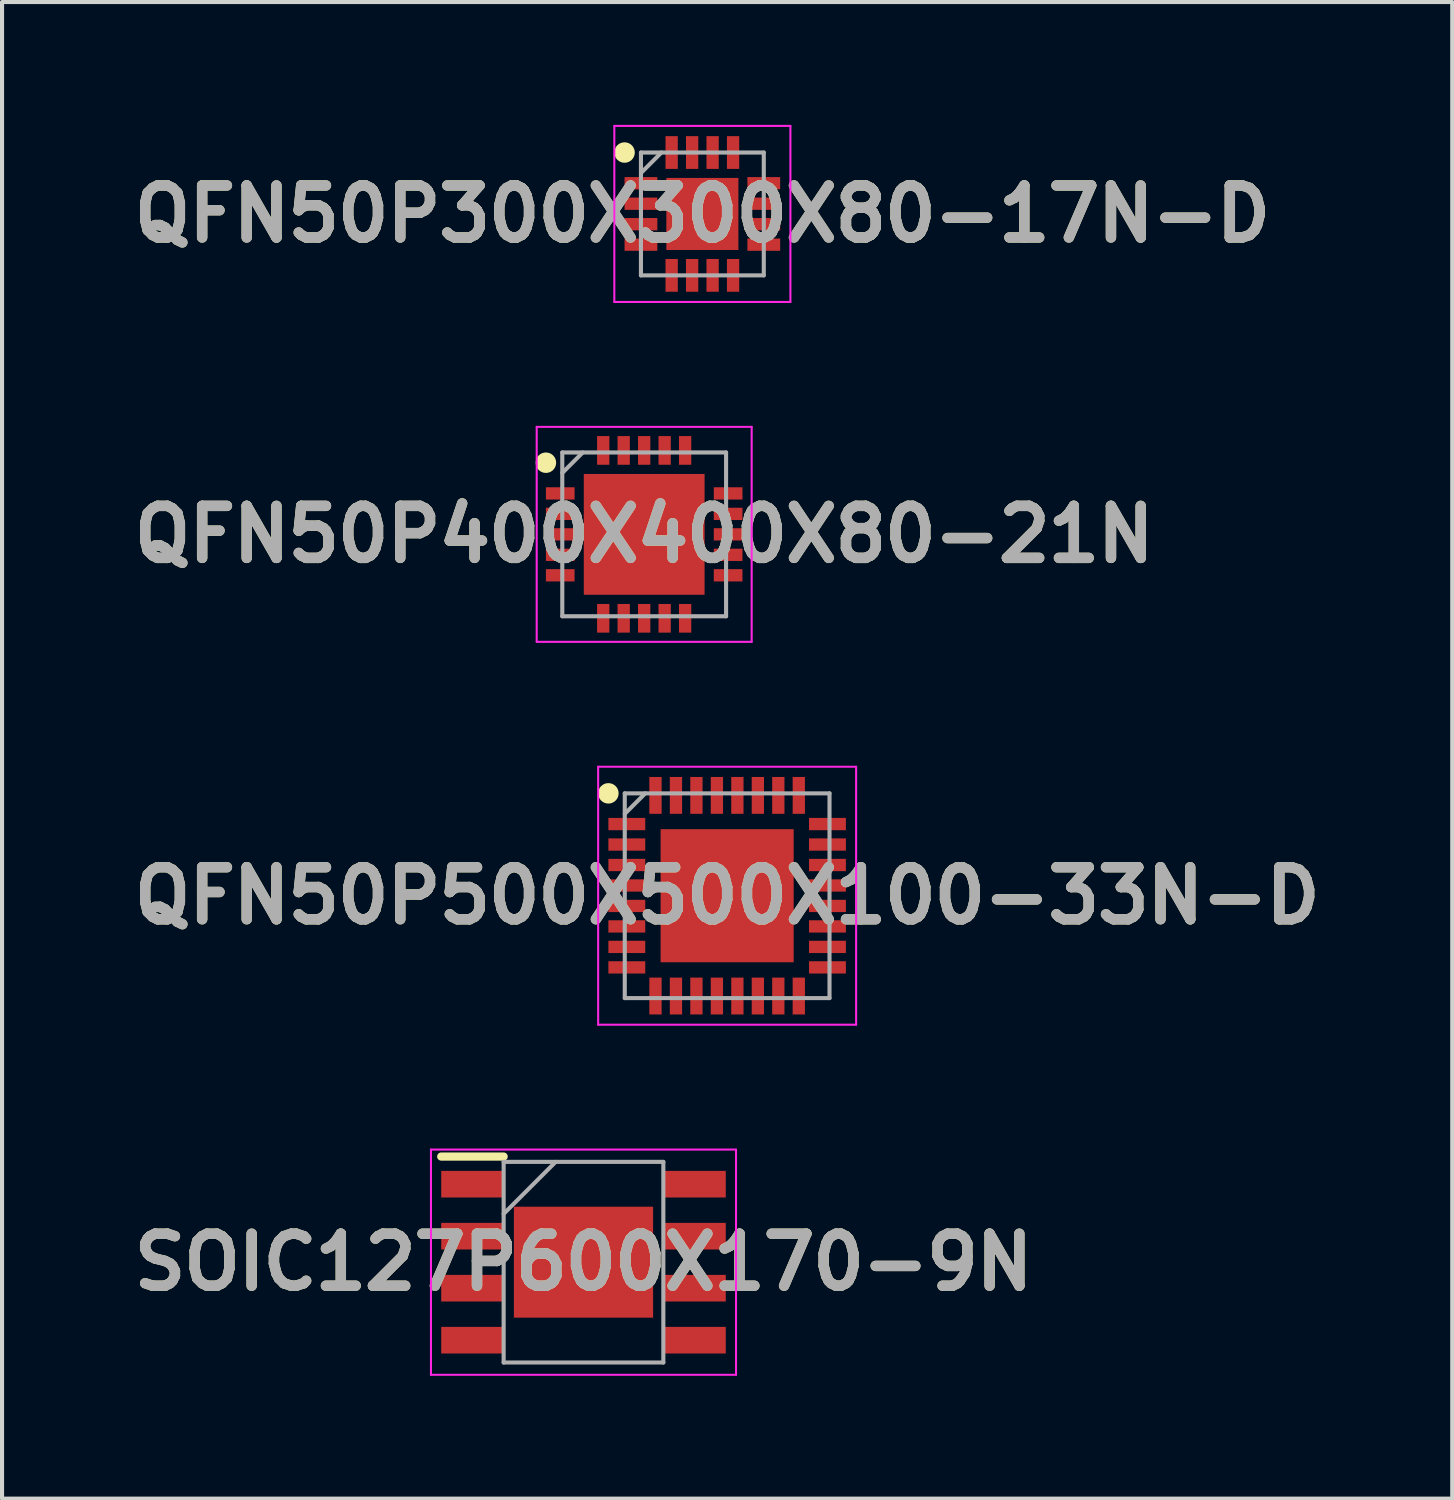
<source format=kicad_pcb>
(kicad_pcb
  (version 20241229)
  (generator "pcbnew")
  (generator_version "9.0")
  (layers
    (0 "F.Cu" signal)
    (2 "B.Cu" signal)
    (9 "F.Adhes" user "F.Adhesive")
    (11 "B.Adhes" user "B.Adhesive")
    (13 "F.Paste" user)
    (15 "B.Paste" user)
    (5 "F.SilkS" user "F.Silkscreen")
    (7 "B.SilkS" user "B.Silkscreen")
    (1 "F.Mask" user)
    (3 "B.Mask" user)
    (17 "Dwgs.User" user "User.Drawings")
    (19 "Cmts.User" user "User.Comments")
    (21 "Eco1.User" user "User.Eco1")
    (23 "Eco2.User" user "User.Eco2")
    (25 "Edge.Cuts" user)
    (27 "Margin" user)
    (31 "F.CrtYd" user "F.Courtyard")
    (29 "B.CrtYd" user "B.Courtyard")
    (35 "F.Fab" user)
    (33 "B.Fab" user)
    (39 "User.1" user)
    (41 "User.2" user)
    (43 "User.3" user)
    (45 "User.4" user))
  (footprint "SOIC127P600X170-9N"
    (layer "F.Cu")
    (at 11.2 27.775)
    (property "Reference" "SOIC127P600X170-9N" (at 0 0 0) (layer "F.SilkS") (effects (font (size 1.27 1.27) (thickness 0.254))))
    (attr smd)
    (fp_line (start -3.475 -2.58) (end -1.95 -2.58) (stroke (width 0.2) (type solid)) (layer "F.SilkS"))
    (fp_line (start -3.725 -2.75) (end 3.725 -2.75) (stroke (width 0.05) (type solid)) (layer "F.CrtYd"))
    (fp_line (start -3.725 2.75) (end -3.725 -2.75) (stroke (width 0.05) (type solid)) (layer "F.CrtYd"))
    (fp_line (start 3.725 -2.75) (end 3.725 2.75) (stroke (width 0.05) (type solid)) (layer "F.CrtYd"))
    (fp_line (start 3.725 2.75) (end -3.725 2.75) (stroke (width 0.05) (type solid)) (layer "F.CrtYd"))
    (fp_line (start -1.95 -2.45) (end 1.95 -2.45) (stroke (width 0.1) (type solid)) (layer "F.Fab"))
    (fp_line (start -1.95 -1.18) (end -0.68 -2.45) (stroke (width 0.1) (type solid)) (layer "F.Fab"))
    (fp_line (start -1.95 2.45) (end -1.95 -2.45) (stroke (width 0.1) (type solid)) (layer "F.Fab"))
    (fp_line (start 1.95 -2.45) (end 1.95 2.45) (stroke (width 0.1) (type solid)) (layer "F.Fab"))
    (fp_line (start 1.95 2.45) (end -1.95 2.45) (stroke (width 0.1) (type solid)) (layer "F.Fab"))
    (fp_text user "${REFERENCE}" (at 0 0 0) (layer "F.Fab") (effects (font (size 1.27 1.27) (thickness 0.254))))
    (pad "1" smd rect (at -2.712 -1.905 90) (size 0.65 1.525) (layers "F.Cu" "F.Mask" "F.Paste"))
    (pad "2" smd rect (at -2.712 -0.635 90) (size 0.65 1.525) (layers "F.Cu" "F.Mask" "F.Paste"))
    (pad "3" smd rect (at -2.712 0.635 90) (size 0.65 1.525) (layers "F.Cu" "F.Mask" "F.Paste"))
    (pad "4" smd rect (at -2.712 1.905 90) (size 0.65 1.525) (layers "F.Cu" "F.Mask" "F.Paste"))
    (pad "5" smd rect (at 2.712 1.905 90) (size 0.65 1.525) (layers "F.Cu" "F.Mask" "F.Paste"))
    (pad "6" smd rect (at 2.712 0.635 90) (size 0.65 1.525) (layers "F.Cu" "F.Mask" "F.Paste"))
    (pad "7" smd rect (at 2.712 -0.635 90) (size 0.65 1.525) (layers "F.Cu" "F.Mask" "F.Paste"))
    (pad "8" smd rect (at 2.712 -1.905 90) (size 0.65 1.525) (layers "F.Cu" "F.Mask" "F.Paste"))
    (pad "9" smd rect (at 0 0 90) (size 2.71 3.4) (layers "F.Cu" "F.Mask" "F.Paste")))
  (footprint "QFN50P400X400X80-21N"
    (layer "F.Cu")
    (at 12.682 10)
    (property "Reference" "QFN50P400X400X80-21N" (at 0 0 0) (layer "F.SilkS") (effects (font (size 1.27 1.27) (thickness 0.254))))
    (attr smd)
    (fp_circle (center -2.4 -1.75) (end -2.4 -1.625) (stroke (width 0.25) (type solid)) (fill no) (layer "F.SilkS"))
    (fp_line (start -2.625 -2.625) (end 2.625 -2.625) (stroke (width 0.05) (type solid)) (layer "F.CrtYd"))
    (fp_line (start -2.625 2.625) (end -2.625 -2.625) (stroke (width 0.05) (type solid)) (layer "F.CrtYd"))
    (fp_line (start 2.625 -2.625) (end 2.625 2.625) (stroke (width 0.05) (type solid)) (layer "F.CrtYd"))
    (fp_line (start 2.625 2.625) (end -2.625 2.625) (stroke (width 0.05) (type solid)) (layer "F.CrtYd"))
    (fp_line (start -2 -2) (end 2 -2) (stroke (width 0.1) (type solid)) (layer "F.Fab"))
    (fp_line (start -2 -1.5) (end -1.5 -2) (stroke (width 0.1) (type solid)) (layer "F.Fab"))
    (fp_line (start -2 2) (end -2 -2) (stroke (width 0.1) (type solid)) (layer "F.Fab"))
    (fp_line (start 2 -2) (end 2 2) (stroke (width 0.1) (type solid)) (layer "F.Fab"))
    (fp_line (start 2 2) (end -2 2) (stroke (width 0.1) (type solid)) (layer "F.Fab"))
    (fp_text user "${REFERENCE}" (at 0 0 0) (layer "F.Fab") (effects (font (size 1.27 1.27) (thickness 0.254))))
    (pad "1" smd rect (at -2.05 -1 90) (size 0.3 0.7) (layers "F.Cu" "F.Mask" "F.Paste"))
    (pad "2" smd rect (at -2.05 -0.5 90) (size 0.3 0.7) (layers "F.Cu" "F.Mask" "F.Paste"))
    (pad "3" smd rect (at -2.05 0 90) (size 0.3 0.7) (layers "F.Cu" "F.Mask" "F.Paste"))
    (pad "4" smd rect (at -2.05 0.5 90) (size 0.3 0.7) (layers "F.Cu" "F.Mask" "F.Paste"))
    (pad "5" smd rect (at -2.05 1 90) (size 0.3 0.7) (layers "F.Cu" "F.Mask" "F.Paste"))
    (pad "6" smd rect (at -1 2.05) (size 0.3 0.7) (layers "F.Cu" "F.Mask" "F.Paste"))
    (pad "7" smd rect (at -0.5 2.05) (size 0.3 0.7) (layers "F.Cu" "F.Mask" "F.Paste"))
    (pad "8" smd rect (at 0 2.05) (size 0.3 0.7) (layers "F.Cu" "F.Mask" "F.Paste"))
    (pad "9" smd rect (at 0.5 2.05) (size 0.3 0.7) (layers "F.Cu" "F.Mask" "F.Paste"))
    (pad "10" smd rect (at 1 2.05) (size 0.3 0.7) (layers "F.Cu" "F.Mask" "F.Paste"))
    (pad "11" smd rect (at 2.05 1 90) (size 0.3 0.7) (layers "F.Cu" "F.Mask" "F.Paste"))
    (pad "12" smd rect (at 2.05 0.5 90) (size 0.3 0.7) (layers "F.Cu" "F.Mask" "F.Paste"))
    (pad "13" smd rect (at 2.05 0 90) (size 0.3 0.7) (layers "F.Cu" "F.Mask" "F.Paste"))
    (pad "14" smd rect (at 2.05 -0.5 90) (size 0.3 0.7) (layers "F.Cu" "F.Mask" "F.Paste"))
    (pad "15" smd rect (at 2.05 -1 90) (size 0.3 0.7) (layers "F.Cu" "F.Mask" "F.Paste"))
    (pad "16" smd rect (at 1 -2.05) (size 0.3 0.7) (layers "F.Cu" "F.Mask" "F.Paste"))
    (pad "17" smd rect (at 0.5 -2.05) (size 0.3 0.7) (layers "F.Cu" "F.Mask" "F.Paste"))
    (pad "18" smd rect (at 0 -2.05) (size 0.3 0.7) (layers "F.Cu" "F.Mask" "F.Paste"))
    (pad "19" smd rect (at -0.5 -2.05) (size 0.3 0.7) (layers "F.Cu" "F.Mask" "F.Paste"))
    (pad "20" smd rect (at -1 -2.05) (size 0.3 0.7) (layers "F.Cu" "F.Mask" "F.Paste"))
    (pad "21" smd rect (at 0 0) (size 2.95 2.95) (layers "F.Cu" "F.Mask" "F.Paste")))
  (footprint "QFN50P300X300X80-17N-D"
    (layer "F.Cu")
    (at 14.103 2.175)
    (property "Reference" "QFN50P300X300X80-17N-D" (at 0 0 0) (layer "F.SilkS") (effects (font (size 1.27 1.27) (thickness 0.254))))
    (attr smd)
    (fp_circle (center -1.9 -1.5) (end -1.9 -1.375) (stroke (width 0.25) (type solid)) (fill no) (layer "F.SilkS"))
    (fp_line (start -2.15 -2.15) (end 2.15 -2.15) (stroke (width 0.05) (type solid)) (layer "F.CrtYd"))
    (fp_line (start -2.15 2.15) (end -2.15 -2.15) (stroke (width 0.05) (type solid)) (layer "F.CrtYd"))
    (fp_line (start 2.15 -2.15) (end 2.15 2.15) (stroke (width 0.05) (type solid)) (layer "F.CrtYd"))
    (fp_line (start 2.15 2.15) (end -2.15 2.15) (stroke (width 0.05) (type solid)) (layer "F.CrtYd"))
    (fp_line (start -1.5 -1.5) (end 1.5 -1.5) (stroke (width 0.1) (type solid)) (layer "F.Fab"))
    (fp_line (start -1.5 -1) (end -1 -1.5) (stroke (width 0.1) (type solid)) (layer "F.Fab"))
    (fp_line (start -1.5 1.5) (end -1.5 -1.5) (stroke (width 0.1) (type solid)) (layer "F.Fab"))
    (fp_line (start 1.5 -1.5) (end 1.5 1.5) (stroke (width 0.1) (type solid)) (layer "F.Fab"))
    (fp_line (start 1.5 1.5) (end -1.5 1.5) (stroke (width 0.1) (type solid)) (layer "F.Fab"))
    (fp_text user "${REFERENCE}" (at 0 0 0) (layer "F.Fab") (effects (font (size 1.27 1.27) (thickness 0.254))))
    (pad "1" smd rect (at -1.5 -0.75 90) (size 0.3 0.8) (layers "F.Cu" "F.Mask" "F.Paste"))
    (pad "2" smd rect (at -1.5 -0.25 90) (size 0.3 0.8) (layers "F.Cu" "F.Mask" "F.Paste"))
    (pad "3" smd rect (at -1.5 0.25 90) (size 0.3 0.8) (layers "F.Cu" "F.Mask" "F.Paste"))
    (pad "4" smd rect (at -1.5 0.75 90) (size 0.3 0.8) (layers "F.Cu" "F.Mask" "F.Paste"))
    (pad "5" smd rect (at -0.75 1.5) (size 0.3 0.8) (layers "F.Cu" "F.Mask" "F.Paste"))
    (pad "6" smd rect (at -0.25 1.5) (size 0.3 0.8) (layers "F.Cu" "F.Mask" "F.Paste"))
    (pad "7" smd rect (at 0.25 1.5) (size 0.3 0.8) (layers "F.Cu" "F.Mask" "F.Paste"))
    (pad "8" smd rect (at 0.75 1.5) (size 0.3 0.8) (layers "F.Cu" "F.Mask" "F.Paste"))
    (pad "9" smd rect (at 1.5 0.75 90) (size 0.3 0.8) (layers "F.Cu" "F.Mask" "F.Paste"))
    (pad "10" smd rect (at 1.5 0.25 90) (size 0.3 0.8) (layers "F.Cu" "F.Mask" "F.Paste"))
    (pad "11" smd rect (at 1.5 -0.25 90) (size 0.3 0.8) (layers "F.Cu" "F.Mask" "F.Paste"))
    (pad "12" smd rect (at 1.5 -0.75 90) (size 0.3 0.8) (layers "F.Cu" "F.Mask" "F.Paste"))
    (pad "13" smd rect (at 0.75 -1.5) (size 0.3 0.8) (layers "F.Cu" "F.Mask" "F.Paste"))
    (pad "14" smd rect (at 0.25 -1.5) (size 0.3 0.8) (layers "F.Cu" "F.Mask" "F.Paste"))
    (pad "15" smd rect (at -0.25 -1.5) (size 0.3 0.8) (layers "F.Cu" "F.Mask" "F.Paste"))
    (pad "16" smd rect (at -0.75 -1.5) (size 0.3 0.8) (layers "F.Cu" "F.Mask" "F.Paste"))
    (pad "17" smd rect (at 0 0) (size 1.76 1.76) (layers "F.Cu" "F.Mask" "F.Paste")))
  (footprint "QFN50P500X500X100-33N-D"
    (layer "F.Cu")
    (at 14.708 18.825)
    (property "Reference" "QFN50P500X500X100-33N-D" (at 0 0 0) (layer "F.SilkS") (effects (font (size 1.27 1.27) (thickness 0.254))))
    (attr smd)
    (fp_circle (center -2.9 -2.5) (end -2.9 -2.375) (stroke (width 0.25) (type solid)) (fill no) (layer "F.SilkS"))
    (fp_line (start -3.15 -3.15) (end 3.15 -3.15) (stroke (width 0.05) (type solid)) (layer "F.CrtYd"))
    (fp_line (start -3.15 3.15) (end -3.15 -3.15) (stroke (width 0.05) (type solid)) (layer "F.CrtYd"))
    (fp_line (start 3.15 -3.15) (end 3.15 3.15) (stroke (width 0.05) (type solid)) (layer "F.CrtYd"))
    (fp_line (start 3.15 3.15) (end -3.15 3.15) (stroke (width 0.05) (type solid)) (layer "F.CrtYd"))
    (fp_line (start -2.5 -2.5) (end 2.5 -2.5) (stroke (width 0.1) (type solid)) (layer "F.Fab"))
    (fp_line (start -2.5 -2) (end -2 -2.5) (stroke (width 0.1) (type solid)) (layer "F.Fab"))
    (fp_line (start -2.5 2.5) (end -2.5 -2.5) (stroke (width 0.1) (type solid)) (layer "F.Fab"))
    (fp_line (start 2.5 -2.5) (end 2.5 2.5) (stroke (width 0.1) (type solid)) (layer "F.Fab"))
    (fp_line (start 2.5 2.5) (end -2.5 2.5) (stroke (width 0.1) (type solid)) (layer "F.Fab"))
    (fp_text user "${REFERENCE}" (at 0 0 0) (layer "F.Fab") (effects (font (size 1.27 1.27) (thickness 0.254))))
    (pad "1" smd rect (at -2.45 -1.75 90) (size 0.3 0.9) (layers "F.Cu" "F.Mask" "F.Paste"))
    (pad "2" smd rect (at -2.45 -1.25 90) (size 0.3 0.9) (layers "F.Cu" "F.Mask" "F.Paste"))
    (pad "3" smd rect (at -2.45 -0.75 90) (size 0.3 0.9) (layers "F.Cu" "F.Mask" "F.Paste"))
    (pad "4" smd rect (at -2.45 -0.25 90) (size 0.3 0.9) (layers "F.Cu" "F.Mask" "F.Paste"))
    (pad "5" smd rect (at -2.45 0.25 90) (size 0.3 0.9) (layers "F.Cu" "F.Mask" "F.Paste"))
    (pad "6" smd rect (at -2.45 0.75 90) (size 0.3 0.9) (layers "F.Cu" "F.Mask" "F.Paste"))
    (pad "7" smd rect (at -2.45 1.25 90) (size 0.3 0.9) (layers "F.Cu" "F.Mask" "F.Paste"))
    (pad "8" smd rect (at -2.45 1.75 90) (size 0.3 0.9) (layers "F.Cu" "F.Mask" "F.Paste"))
    (pad "9" smd rect (at -1.75 2.45) (size 0.3 0.9) (layers "F.Cu" "F.Mask" "F.Paste"))
    (pad "10" smd rect (at -1.25 2.45) (size 0.3 0.9) (layers "F.Cu" "F.Mask" "F.Paste"))
    (pad "11" smd rect (at -0.75 2.45) (size 0.3 0.9) (layers "F.Cu" "F.Mask" "F.Paste"))
    (pad "12" smd rect (at -0.25 2.45) (size 0.3 0.9) (layers "F.Cu" "F.Mask" "F.Paste"))
    (pad "13" smd rect (at 0.25 2.45) (size 0.3 0.9) (layers "F.Cu" "F.Mask" "F.Paste"))
    (pad "14" smd rect (at 0.75 2.45) (size 0.3 0.9) (layers "F.Cu" "F.Mask" "F.Paste"))
    (pad "15" smd rect (at 1.25 2.45) (size 0.3 0.9) (layers "F.Cu" "F.Mask" "F.Paste"))
    (pad "16" smd rect (at 1.75 2.45) (size 0.3 0.9) (layers "F.Cu" "F.Mask" "F.Paste"))
    (pad "17" smd rect (at 2.45 1.75 90) (size 0.3 0.9) (layers "F.Cu" "F.Mask" "F.Paste"))
    (pad "18" smd rect (at 2.45 1.25 90) (size 0.3 0.9) (layers "F.Cu" "F.Mask" "F.Paste"))
    (pad "19" smd rect (at 2.45 0.75 90) (size 0.3 0.9) (layers "F.Cu" "F.Mask" "F.Paste"))
    (pad "20" smd rect (at 2.45 0.25 90) (size 0.3 0.9) (layers "F.Cu" "F.Mask" "F.Paste"))
    (pad "21" smd rect (at 2.45 -0.25 90) (size 0.3 0.9) (layers "F.Cu" "F.Mask" "F.Paste"))
    (pad "22" smd rect (at 2.45 -0.75 90) (size 0.3 0.9) (layers "F.Cu" "F.Mask" "F.Paste"))
    (pad "23" smd rect (at 2.45 -1.25 90) (size 0.3 0.9) (layers "F.Cu" "F.Mask" "F.Paste"))
    (pad "24" smd rect (at 2.45 -1.75 90) (size 0.3 0.9) (layers "F.Cu" "F.Mask" "F.Paste"))
    (pad "25" smd rect (at 1.75 -2.45) (size 0.3 0.9) (layers "F.Cu" "F.Mask" "F.Paste"))
    (pad "26" smd rect (at 1.25 -2.45) (size 0.3 0.9) (layers "F.Cu" "F.Mask" "F.Paste"))
    (pad "27" smd rect (at 0.75 -2.45) (size 0.3 0.9) (layers "F.Cu" "F.Mask" "F.Paste"))
    (pad "28" smd rect (at 0.25 -2.45) (size 0.3 0.9) (layers "F.Cu" "F.Mask" "F.Paste"))
    (pad "29" smd rect (at -0.25 -2.45) (size 0.3 0.9) (layers "F.Cu" "F.Mask" "F.Paste"))
    (pad "30" smd rect (at -0.75 -2.45) (size 0.3 0.9) (layers "F.Cu" "F.Mask" "F.Paste"))
    (pad "31" smd rect (at -1.25 -2.45) (size 0.3 0.9) (layers "F.Cu" "F.Mask" "F.Paste"))
    (pad "32" smd rect (at -1.75 -2.45) (size 0.3 0.9) (layers "F.Cu" "F.Mask" "F.Paste"))
    (pad "33" smd rect (at 0 0) (size 3.25 3.25) (layers "F.Cu" "F.Mask" "F.Paste")))
  (gr_rect
    (start -3 -3)
    (end 32.416 33.55)
    (stroke (width 0.1) (type default))
    (fill no)
    (layer "Edge.Cuts")))
</source>
